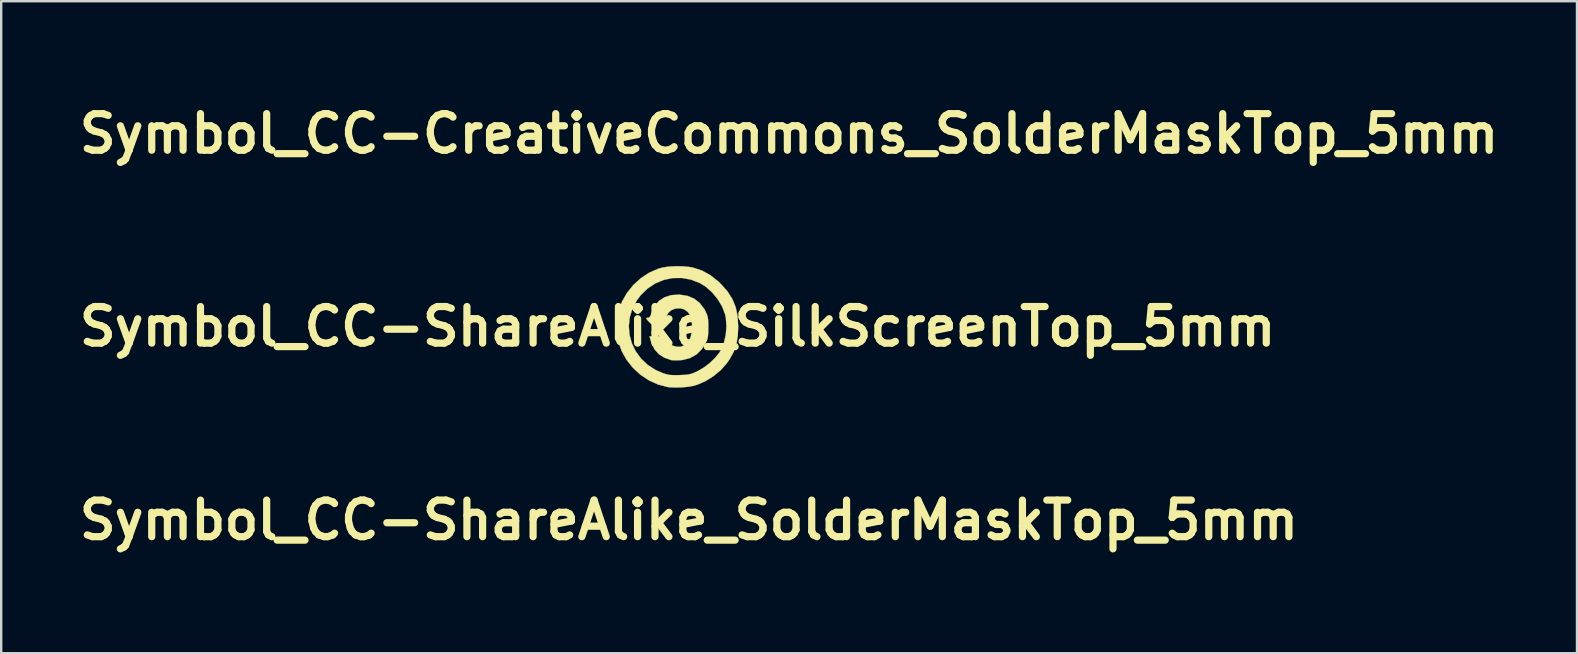
<source format=kicad_pcb>
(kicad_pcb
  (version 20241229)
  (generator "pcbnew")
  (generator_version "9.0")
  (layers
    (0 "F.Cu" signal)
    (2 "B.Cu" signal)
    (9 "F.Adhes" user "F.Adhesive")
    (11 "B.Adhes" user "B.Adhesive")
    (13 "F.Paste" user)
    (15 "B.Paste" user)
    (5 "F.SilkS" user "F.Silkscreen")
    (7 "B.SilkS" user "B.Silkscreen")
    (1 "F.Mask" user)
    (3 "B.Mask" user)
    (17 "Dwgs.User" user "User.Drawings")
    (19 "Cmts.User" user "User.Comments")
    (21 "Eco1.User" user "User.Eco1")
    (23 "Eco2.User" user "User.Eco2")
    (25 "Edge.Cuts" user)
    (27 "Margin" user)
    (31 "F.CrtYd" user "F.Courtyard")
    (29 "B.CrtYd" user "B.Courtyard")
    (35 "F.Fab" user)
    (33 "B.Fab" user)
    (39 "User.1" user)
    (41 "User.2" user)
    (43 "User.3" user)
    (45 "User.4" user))
  (footprint "Symbol_CC-CreativeCommons_SolderMaskTop_5mm"
    (layer "F.Cu")
    (at 29.834 2.52)
    (property "Reference" "Symbol_CC-CreativeCommons_SolderMaskTop_5mm" (at 0 0 0) (layer "F.SilkS") (effects (font (size 1.524 1.524) (thickness 0.3))))
    (attr through_hole)
    (fp_poly (pts (xy -0.491 -0.779) (xy -0.291 -0.712) (xy -0.129 -0.602) (xy -0.041 -0.488) (xy -0.027 -0.437) (xy -0.059 -0.39) (xy -0.148 -0.331) (xy -0.18 -0.313) (xy -0.36 -0.212) (xy -0.451 -0.309) (xy -0.575 -0.394) (xy -0.704 -0.406) (xy -0.822 -0.35) (xy -0.91 -0.232) (xy -0.935 -0.162) (xy -0.955 -0.002) (xy -0.936 0.156) (xy -0.887 0.288) (xy -0.814 0.365) (xy -0.665 0.407) (xy -0.522 0.384) (xy -0.412 0.303) (xy -0.33 0.199) (xy -0.165 0.283) (xy -0.066 0.341) (xy -0.007 0.39) (xy 0 0.405) (xy -0.032 0.47) (xy -0.114 0.555) (xy -0.225 0.645) (xy -0.343 0.722) (xy -0.441 0.766) (xy -0.666 0.808) (xy -0.879 0.787) (xy -0.996 0.752) (xy -1.181 0.647) (xy -1.32 0.49) (xy -1.413 0.295) (xy -1.457 0.079) (xy -1.452 -0.142) (xy -1.396 -0.354) (xy -1.288 -0.54) (xy -1.126 -0.686) (xy -1.121 -0.689) (xy -0.925 -0.771) (xy -0.709 -0.8) (xy -0.491 -0.779)) (stroke (width 0.01) (type solid)) (fill yes) (layer "F.Mask"))
    (fp_poly (pts (xy 0.968 -0.781) (xy 1.175 -0.706) (xy 1.345 -0.582) (xy 1.411 -0.5) (xy 1.44 -0.447) (xy 1.431 -0.407) (xy 1.372 -0.364) (xy 1.273 -0.312) (xy 1.077 -0.212) (xy 1.004 -0.309) (xy 0.9 -0.388) (xy 0.769 -0.407) (xy 0.642 -0.367) (xy 0.585 -0.321) (xy 0.53 -0.21) (xy 0.507 -0.056) (xy 0.516 0.11) (xy 0.558 0.256) (xy 0.58 0.296) (xy 0.681 0.385) (xy 0.81 0.411) (xy 0.944 0.373) (xy 1.035 0.302) (xy 1.131 0.198) (xy 1.297 0.283) (xy 1.396 0.34) (xy 1.455 0.386) (xy 1.463 0.399) (xy 1.432 0.457) (xy 1.352 0.539) (xy 1.245 0.628) (xy 1.13 0.706) (xy 1.048 0.75) (xy 0.823 0.806) (xy 0.588 0.787) (xy 0.467 0.752) (xy 0.271 0.642) (xy 0.126 0.474) (xy 0.036 0.258) (xy 0.007 0.001) (xy 0.013 -0.113) (xy 0.071 -0.366) (xy 0.189 -0.564) (xy 0.318 -0.677) (xy 0.519 -0.77) (xy 0.742 -0.804) (xy 0.968 -0.781)) (stroke (width 0.01) (type solid)) (fill yes) (layer "F.Mask"))
    (fp_poly (pts (xy 0.116 -2.514) (xy 0.401 -2.494) (xy 0.658 -2.458) (xy 0.861 -2.406) (xy 0.866 -2.404) (xy 1.266 -2.218) (xy 1.627 -1.964) (xy 1.941 -1.651) (xy 2.2 -1.288) (xy 2.386 -0.902) (xy 2.435 -0.765) (xy 2.468 -0.63) (xy 2.489 -0.475) (xy 2.504 -0.276) (xy 2.51 -0.12) (xy 2.506 0.303) (xy 2.458 0.67) (xy 2.359 0.996) (xy 2.204 1.295) (xy 1.989 1.582) (xy 1.81 1.772) (xy 1.475 2.061) (xy 1.123 2.277) (xy 0.741 2.428) (xy 0.632 2.458) (xy 0.442 2.491) (xy 0.203 2.51) (xy -0.058 2.515) (xy -0.314 2.506) (xy -0.538 2.483) (xy -0.669 2.457) (xy -1.072 2.305) (xy -1.445 2.085) (xy -1.779 1.804) (xy -2.063 1.474) (xy -2.288 1.103) (xy -2.445 0.7) (xy -2.459 0.65) (xy -2.487 0.499) (xy -2.508 0.295) (xy -2.518 0.069) (xy -2.519 -0.006) (xy -2.512 -0.116) (xy -2.031 -0.116) (xy -2.014 0.272) (xy -1.92 0.648) (xy -1.754 1.003) (xy -1.516 1.328) (xy -1.443 1.406) (xy -1.138 1.663) (xy -0.799 1.854) (xy -0.434 1.977) (xy -0.057 2.027) (xy 0.322 2.001) (xy 0.469 1.97) (xy 0.834 1.844) (xy 1.155 1.66) (xy 1.396 1.462) (xy 1.664 1.168) (xy 1.856 0.856) (xy 1.976 0.516) (xy 2.029 0.136) (xy 2.032 -0.001) (xy 1.994 -0.404) (xy 1.88 -0.777) (xy 1.69 -1.121) (xy 1.426 -1.434) (xy 1.384 -1.474) (xy 1.081 -1.72) (xy 0.769 -1.891) (xy 0.434 -1.992) (xy 0.06 -2.03) (xy 0 -2.031) (xy -0.187 -2.023) (xy -0.375 -2.002) (xy -0.513 -1.976) (xy -0.865 -1.841) (xy -1.191 -1.639) (xy -1.478 -1.379) (xy -1.716 -1.074) (xy -1.894 -0.735) (xy -1.97 -0.507) (xy -2.031 -0.116) (xy -2.512 -0.116) (xy -2.491 -0.441) (xy -2.402 -0.832) (xy -2.247 -1.19) (xy -2.021 -1.528) (xy -1.768 -1.809) (xy -1.484 -2.063) (xy -1.198 -2.253) (xy -0.886 -2.391) (xy -0.649 -2.462) (xy -0.434 -2.499) (xy -0.171 -2.515) (xy 0.116 -2.514)) (stroke (width 0.01) (type solid)) (fill yes) (layer "F.Mask")))
  (footprint "Symbol_CC-ShareAlike_SilkScreenTop_5mm"
    (layer "F.Cu")
    (at 25.19 10.56)
    (property "Reference" "Symbol_CC-ShareAlike_SilkScreenTop_5mm" (at 0 0 0) (layer "F.SilkS") (effects (font (size 1.524 1.524) (thickness 0.3))))
    (attr through_hole)
    (fp_poly (pts (xy 0.081 -1.332) (xy 0.41 -1.28) (xy 0.69 -1.163) (xy 0.922 -0.981) (xy 1.11 -0.732) (xy 1.174 -0.61) (xy 1.223 -0.497) (xy 1.254 -0.393) (xy 1.271 -0.273) (xy 1.278 -0.115) (xy 1.279 0.041) (xy 1.275 0.249) (xy 1.264 0.399) (xy 1.241 0.513) (xy 1.204 0.614) (xy 1.185 0.656) (xy 1.006 0.943) (xy 0.784 1.162) (xy 0.519 1.311) (xy 0.214 1.391) (xy 0.097 1.402) (xy -0.057 1.407) (xy -0.188 1.405) (xy -0.264 1.397) (xy -0.561 1.293) (xy -0.792 1.145) (xy -0.965 0.946) (xy -1.088 0.691) (xy -1.111 0.62) (xy -1.174 0.406) (xy -0.494 0.406) (xy -0.447 0.55) (xy -0.372 0.69) (xy -0.25 0.781) (xy -0.067 0.832) (xy -0.038 0.836) (xy 0.099 0.843) (xy 0.207 0.811) (xy 0.282 0.765) (xy 0.429 0.636) (xy 0.527 0.475) (xy 0.583 0.264) (xy 0.601 0.097) (xy 0.595 -0.193) (xy 0.538 -0.427) (xy 0.431 -0.603) (xy 0.277 -0.716) (xy 0.11 -0.761) (xy -0.092 -0.752) (xy -0.266 -0.683) (xy -0.393 -0.564) (xy -0.421 -0.515) (xy -0.46 -0.428) (xy -0.455 -0.388) (xy -0.4 -0.369) (xy -0.383 -0.366) (xy -0.339 -0.353) (xy -0.326 -0.33) (xy -0.351 -0.286) (xy -0.421 -0.209) (xy -0.542 -0.087) (xy -0.547 -0.082) (xy -0.814 0.181) (xy -1.087 -0.092) (xy -1.212 -0.218) (xy -1.284 -0.299) (xy -1.31 -0.343) (xy -1.297 -0.362) (xy -1.257 -0.366) (xy -1.194 -0.376) (xy -1.15 -0.417) (xy -1.109 -0.509) (xy -1.081 -0.594) (xy -0.958 -0.86) (xy -0.779 -1.07) (xy -0.548 -1.222) (xy -0.271 -1.311) (xy 0.044 -1.333) (xy 0.081 -1.332)) (stroke (width 0.01) (type solid)) (fill yes) (layer "F.SilkS"))
    (fp_poly (pts (xy 0.193 -2.512) (xy 0.474 -2.488) (xy 0.646 -2.457) (xy 1.018 -2.334) (xy 1.366 -2.141) (xy 1.702 -1.874) (xy 1.809 -1.77) (xy 2.08 -1.463) (xy 2.28 -1.149) (xy 2.417 -0.814) (xy 2.496 -0.442) (xy 2.523 -0.019) (xy 2.524 0.005) (xy 2.506 0.399) (xy 2.445 0.741) (xy 2.335 1.052) (xy 2.17 1.354) (xy 2.036 1.545) (xy 1.791 1.819) (xy 1.493 2.066) (xy 1.163 2.272) (xy 0.823 2.421) (xy 0.649 2.472) (xy 0.438 2.509) (xy 0.186 2.532) (xy -0.074 2.54) (xy -0.307 2.531) (xy -0.408 2.52) (xy -0.814 2.416) (xy -1.2 2.241) (xy -1.555 2.004) (xy -1.869 1.714) (xy -2.133 1.38) (xy -2.337 1.011) (xy -2.458 0.668) (xy -2.495 0.456) (xy -2.515 0.193) (xy -2.517 -0.008) (xy -2.035 -0.008) (xy -2.003 0.355) (xy -1.906 0.705) (xy -1.745 1.034) (xy -1.525 1.333) (xy -1.249 1.594) (xy -0.919 1.808) (xy -0.611 1.942) (xy -0.472 1.986) (xy -0.346 2.012) (xy -0.203 2.023) (xy -0.019 2.024) (xy 0.085 2.021) (xy 0.288 2.012) (xy 0.436 1.997) (xy 0.558 1.97) (xy 0.68 1.925) (xy 0.831 1.857) (xy 1.077 1.715) (xy 1.323 1.529) (xy 1.546 1.318) (xy 1.725 1.102) (xy 1.801 0.982) (xy 1.927 0.68) (xy 2.005 0.338) (xy 2.033 -0.018) (xy 2.008 -0.361) (xy 1.976 -0.513) (xy 1.855 -0.831) (xy 1.67 -1.141) (xy 1.438 -1.423) (xy 1.172 -1.66) (xy 0.934 -1.809) (xy 0.559 -1.956) (xy 0.176 -2.026) (xy -0.206 -2.022) (xy -0.577 -1.946) (xy -0.929 -1.8) (xy -1.252 -1.587) (xy -1.538 -1.31) (xy -1.705 -1.086) (xy -1.889 -0.737) (xy -1.998 -0.375) (xy -2.035 -0.008) (xy -2.517 -0.008) (xy -2.518 -0.089) (xy -2.503 -0.363) (xy -2.47 -0.599) (xy -2.455 -0.665) (xy -2.318 -1.046) (xy -2.112 -1.404) (xy -1.849 -1.731) (xy -1.54 -2.013) (xy -1.196 -2.242) (xy -0.827 -2.405) (xy -0.646 -2.457) (xy -0.401 -2.497) (xy -0.11 -2.515) (xy 0.193 -2.512)) (stroke (width 0.01) (type solid)) (fill yes) (layer "F.SilkS")))
  (footprint "Symbol_CC-ShareAlike_SolderMaskTop_5mm"
    (layer "F.Cu")
    (at 25.661 18.625)
    (property "Reference" "Symbol_CC-ShareAlike_SolderMaskTop_5mm" (at 0 0 0) (layer "F.SilkS") (effects (font (size 1.524 1.524) (thickness 0.3))))
    (attr through_hole)
    (fp_poly (pts (xy 0.081 -1.332) (xy 0.41 -1.28) (xy 0.69 -1.163) (xy 0.922 -0.981) (xy 1.11 -0.732) (xy 1.174 -0.61) (xy 1.223 -0.497) (xy 1.254 -0.393) (xy 1.271 -0.273) (xy 1.278 -0.115) (xy 1.279 0.041) (xy 1.275 0.249) (xy 1.264 0.399) (xy 1.241 0.513) (xy 1.204 0.614) (xy 1.185 0.656) (xy 1.006 0.943) (xy 0.784 1.162) (xy 0.519 1.311) (xy 0.214 1.391) (xy 0.097 1.402) (xy -0.057 1.407) (xy -0.188 1.405) (xy -0.264 1.397) (xy -0.561 1.293) (xy -0.792 1.145) (xy -0.965 0.946) (xy -1.088 0.691) (xy -1.111 0.62) (xy -1.174 0.406) (xy -0.494 0.406) (xy -0.447 0.55) (xy -0.372 0.69) (xy -0.25 0.781) (xy -0.067 0.832) (xy -0.038 0.836) (xy 0.099 0.843) (xy 0.207 0.811) (xy 0.282 0.765) (xy 0.429 0.636) (xy 0.527 0.475) (xy 0.583 0.264) (xy 0.601 0.097) (xy 0.595 -0.193) (xy 0.538 -0.427) (xy 0.431 -0.603) (xy 0.277 -0.716) (xy 0.11 -0.761) (xy -0.092 -0.752) (xy -0.266 -0.683) (xy -0.393 -0.564) (xy -0.421 -0.515) (xy -0.46 -0.428) (xy -0.455 -0.388) (xy -0.4 -0.369) (xy -0.383 -0.366) (xy -0.339 -0.353) (xy -0.326 -0.33) (xy -0.351 -0.286) (xy -0.421 -0.209) (xy -0.542 -0.087) (xy -0.547 -0.082) (xy -0.814 0.181) (xy -1.087 -0.092) (xy -1.212 -0.218) (xy -1.284 -0.299) (xy -1.31 -0.343) (xy -1.297 -0.362) (xy -1.257 -0.366) (xy -1.194 -0.376) (xy -1.15 -0.417) (xy -1.109 -0.509) (xy -1.081 -0.594) (xy -0.958 -0.86) (xy -0.779 -1.07) (xy -0.548 -1.222) (xy -0.271 -1.311) (xy 0.044 -1.333) (xy 0.081 -1.332)) (stroke (width 0.01) (type solid)) (fill yes) (layer "F.Mask"))
    (fp_poly (pts (xy 0.193 -2.512) (xy 0.474 -2.488) (xy 0.646 -2.457) (xy 1.018 -2.334) (xy 1.366 -2.141) (xy 1.702 -1.874) (xy 1.809 -1.77) (xy 2.08 -1.463) (xy 2.28 -1.149) (xy 2.417 -0.814) (xy 2.496 -0.442) (xy 2.523 -0.019) (xy 2.524 0.005) (xy 2.506 0.399) (xy 2.445 0.741) (xy 2.335 1.052) (xy 2.17 1.354) (xy 2.036 1.545) (xy 1.791 1.819) (xy 1.493 2.066) (xy 1.163 2.272) (xy 0.823 2.421) (xy 0.649 2.472) (xy 0.438 2.509) (xy 0.186 2.532) (xy -0.074 2.54) (xy -0.307 2.531) (xy -0.408 2.52) (xy -0.814 2.416) (xy -1.2 2.241) (xy -1.555 2.004) (xy -1.869 1.714) (xy -2.133 1.38) (xy -2.337 1.011) (xy -2.458 0.668) (xy -2.495 0.456) (xy -2.515 0.193) (xy -2.517 -0.008) (xy -2.035 -0.008) (xy -2.003 0.355) (xy -1.906 0.705) (xy -1.745 1.034) (xy -1.525 1.333) (xy -1.249 1.594) (xy -0.919 1.808) (xy -0.611 1.942) (xy -0.472 1.986) (xy -0.346 2.012) (xy -0.203 2.023) (xy -0.019 2.024) (xy 0.085 2.021) (xy 0.288 2.012) (xy 0.436 1.997) (xy 0.558 1.97) (xy 0.68 1.925) (xy 0.831 1.857) (xy 1.077 1.715) (xy 1.323 1.529) (xy 1.546 1.318) (xy 1.725 1.102) (xy 1.801 0.982) (xy 1.927 0.68) (xy 2.005 0.338) (xy 2.033 -0.018) (xy 2.008 -0.361) (xy 1.976 -0.513) (xy 1.855 -0.831) (xy 1.67 -1.141) (xy 1.438 -1.423) (xy 1.172 -1.66) (xy 0.934 -1.809) (xy 0.559 -1.956) (xy 0.176 -2.026) (xy -0.206 -2.022) (xy -0.577 -1.946) (xy -0.929 -1.8) (xy -1.252 -1.587) (xy -1.538 -1.31) (xy -1.705 -1.086) (xy -1.889 -0.737) (xy -1.998 -0.375) (xy -2.035 -0.008) (xy -2.517 -0.008) (xy -2.518 -0.089) (xy -2.503 -0.363) (xy -2.47 -0.599) (xy -2.455 -0.665) (xy -2.318 -1.046) (xy -2.112 -1.404) (xy -1.849 -1.731) (xy -1.54 -2.013) (xy -1.196 -2.242) (xy -0.827 -2.405) (xy -0.646 -2.457) (xy -0.401 -2.497) (xy -0.11 -2.515) (xy 0.193 -2.512)) (stroke (width 0.01) (type solid)) (fill yes) (layer "F.Mask")))
  (gr_rect
    (start -3 -3)
    (end 62.668 24.17)
    (stroke (width 0.1) (type default))
    (fill no)
    (layer "Edge.Cuts")))
</source>
